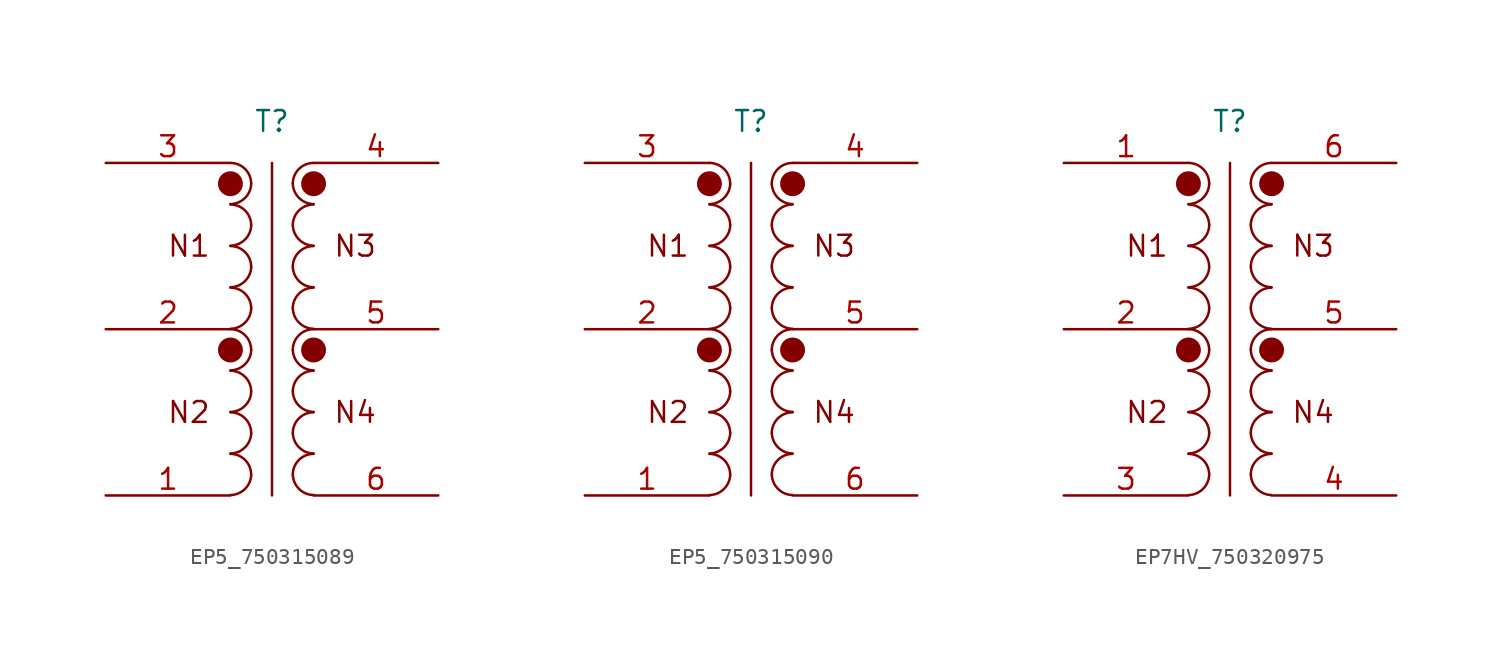
<source format=kicad_sym>
(kicad_symbol_lib
  (version 20220914)
  (generator kicad_symbol_editor)
  (symbol "EP5_750315089"
    (pin_names hide)
    (property "Reference" "T"
      (at 0 12.7 0)
      (effects (font (size 1.27 1.27))))
    (property "Critical Parameter" ""
      (at 0 -5.08 0)
      (effects (font (size 1.27 1.27)) (justify left)))
    (symbol "EP5_750315089_0_1"
      (arc (start -2.54 -10.1346) (mid -1.6561 -9.7663) (end -1.27 -8.89) (stroke (width 0) (type default)) (fill (type none)))
      (arc (start -2.54 -7.5946) (mid -1.6561 -7.2263) (end -1.27 -6.35) (stroke (width 0) (type default)) (fill (type none)))
      (arc (start -2.54 -5.0546) (mid -1.6561 -4.6863) (end -1.27 -3.81) (stroke (width 0) (type default)) (fill (type none)))
      (arc (start -2.54 -2.5146) (mid -1.6561 -2.1463) (end -1.27 -1.27) (stroke (width 0) (type default)) (fill (type none)))
      (arc (start -2.54 0.0254) (mid -1.6561 0.3937) (end -1.27 1.27) (stroke (width 0) (type default)) (fill (type none)))
      (arc (start -2.54 2.5654) (mid -1.6561 2.9337) (end -1.27 3.81) (stroke (width 0) (type default)) (fill (type none)))
      (arc (start -2.54 5.1054) (mid -1.6561 5.4737) (end -1.27 6.35) (stroke (width 0) (type default)) (fill (type none)))
      (arc (start -2.54 7.6454) (mid -1.6561 8.0137) (end -1.27 8.89) (stroke (width 0) (type default)) (fill (type none)))
      (arc (start -1.27 -8.89) (mid -1.642 -7.992) (end -2.54 -7.62) (stroke (width 0) (type default)) (fill (type none)))
      (arc (start -1.27 -6.35) (mid -1.642 -5.452) (end -2.54 -5.08) (stroke (width 0) (type default)) (fill (type none)))
      (arc (start -1.27 -3.81) (mid -1.642 -2.912) (end -2.54 -2.54) (stroke (width 0) (type default)) (fill (type none)))
      (arc (start -1.27 -1.27) (mid -1.642 -0.372) (end -2.54 0) (stroke (width 0) (type default)) (fill (type none)))
      (arc (start -1.27 1.27) (mid -1.642 2.168) (end -2.54 2.54) (stroke (width 0) (type default)) (fill (type none)))
      (arc (start -1.27 3.81) (mid -1.642 4.708) (end -2.54 5.08) (stroke (width 0) (type default)) (fill (type none)))
      (arc (start -1.27 6.35) (mid -1.642 7.248) (end -2.54 7.62) (stroke (width 0) (type default)) (fill (type none)))
      (arc (start -1.27 8.89) (mid -1.642 9.788) (end -2.54 10.16) (stroke (width 0) (type default)) (fill (type none)))
      (polyline (pts (xy 0 -10.16) (xy 0 10.16)) (stroke (width 0) (type default)) (fill (type none)))
      (arc (start 1.27 -8.89) (mid 1.6561 -9.7663) (end 2.54 -10.1346) (stroke (width 0) (type default)) (fill (type none)))
      (arc (start 1.27 -6.35) (mid 1.6561 -7.2263) (end 2.54 -7.5946) (stroke (width 0) (type default)) (fill (type none)))
      (arc (start 1.27 -3.81) (mid 1.6561 -4.6863) (end 2.54 -5.0546) (stroke (width 0) (type default)) (fill (type none)))
      (arc (start 1.27 -1.27) (mid 1.6561 -2.1463) (end 2.54 -2.5146) (stroke (width 0) (type default)) (fill (type none)))
      (arc (start 1.27 1.27) (mid 1.6561 0.3937) (end 2.54 0.0254) (stroke (width 0) (type default)) (fill (type none)))
      (arc (start 1.27 3.81) (mid 1.6561 2.9337) (end 2.54 2.5654) (stroke (width 0) (type default)) (fill (type none)))
      (arc (start 1.27 6.35) (mid 1.6561 5.4737) (end 2.54 5.1054) (stroke (width 0) (type default)) (fill (type none)))
      (arc (start 1.27 8.89) (mid 1.6561 8.0137) (end 2.54 7.6454) (stroke (width 0) (type default)) (fill (type none)))
      (arc (start 2.54 -7.62) (mid 1.642 -7.992) (end 1.27 -8.89) (stroke (width 0) (type default)) (fill (type none)))
      (arc (start 2.54 -5.08) (mid 1.642 -5.452) (end 1.27 -6.35) (stroke (width 0) (type default)) (fill (type none)))
      (arc (start 2.54 -2.54) (mid 1.642 -2.912) (end 1.27 -3.81) (stroke (width 0) (type default)) (fill (type none)))
      (arc (start 2.54 0) (mid 1.642 -0.372) (end 1.27 -1.27) (stroke (width 0) (type default)) (fill (type none)))
      (arc (start 2.54 2.54) (mid 1.642 2.168) (end 1.27 1.27) (stroke (width 0) (type default)) (fill (type none)))
      (arc (start 2.54 5.08) (mid 1.642 4.708) (end 1.27 3.81) (stroke (width 0) (type default)) (fill (type none)))
      (arc (start 2.54 7.62) (mid 1.642 7.248) (end 1.27 6.35) (stroke (width 0) (type default)) (fill (type none)))
      (arc (start 2.54 10.16) (mid 1.642 9.788) (end 1.27 8.89) (stroke (width 0) (type default)) (fill (type none))))
    (symbol "EP5_750315089_1_1"
      (circle (center -2.54 -1.27) (radius 0.0001) (stroke (width 0.762) (type default)) (fill (type none)))
      (circle (center -2.54 8.89) (radius 0.0001) (stroke (width 0.762) (type default)) (fill (type none)))
      (circle (center 2.54 -1.27) (radius 0.0001) (stroke (width 0.762) (type default)) (fill (type none)))
      (circle (center 2.54 8.89) (radius 0.0001) (stroke (width 0.762) (type default)) (fill (type none)))
      (text "N1" (at -5.08 5.08 0) (effects (font (size 1.27 1.27))))
      (text "N2" (at -5.08 -5.08 0) (effects (font (size 1.27 1.27))))
      (text "N3" (at 5.08 5.08 0) (effects (font (size 1.27 1.27))))
      (text "N4" (at 5.08 -5.08 0) (effects (font (size 1.27 1.27))))
      (pin passive line (at -10.16 -10.16 0) (length 7.62) (name "1" (effects (font (size 1.27 1.27)))) (number "1" (effects (font (size 1.27 1.27)))))
      (pin passive line (at -10.16 0 0) (length 7.62) (name "2" (effects (font (size 1.27 1.27)))) (number "2" (effects (font (size 1.27 1.27)))))
      (pin passive line (at -10.16 10.16 0) (length 7.62) (name "3" (effects (font (size 1.27 1.27)))) (number "3" (effects (font (size 1.27 1.27)))))
      (pin passive line (at 10.16 10.16 180) (length 7.62) (name "4" (effects (font (size 1.27 1.27)))) (number "4" (effects (font (size 1.27 1.27)))))
      (pin passive line (at 10.16 0 180) (length 7.62) (name "5" (effects (font (size 1.27 1.27)))) (number "5" (effects (font (size 1.27 1.27)))))
      (pin passive line (at 10.16 -10.16 180) (length 7.62) (name "6" (effects (font (size 1.27 1.27)))) (number "6" (effects (font (size 1.27 1.27)))))))
  (symbol "EP5_750315090"
    (pin_names hide)
    (property "Reference" "T"
      (at 0 12.7 0)
      (effects (font (size 1.27 1.27))))
    (property "Critical Parameter" ""
      (at 0 -5.08 0)
      (effects (font (size 1.27 1.27)) (justify left)))
    (symbol "EP5_750315090_0_1"
      (arc (start -2.54 -10.1346) (mid -1.6561 -9.7663) (end -1.27 -8.89) (stroke (width 0) (type default)) (fill (type none)))
      (arc (start -2.54 -7.5946) (mid -1.6561 -7.2263) (end -1.27 -6.35) (stroke (width 0) (type default)) (fill (type none)))
      (arc (start -2.54 -5.0546) (mid -1.6561 -4.6863) (end -1.27 -3.81) (stroke (width 0) (type default)) (fill (type none)))
      (arc (start -2.54 -2.5146) (mid -1.6561 -2.1463) (end -1.27 -1.27) (stroke (width 0) (type default)) (fill (type none)))
      (arc (start -2.54 0.0254) (mid -1.6561 0.3937) (end -1.27 1.27) (stroke (width 0) (type default)) (fill (type none)))
      (arc (start -2.54 2.5654) (mid -1.6561 2.9337) (end -1.27 3.81) (stroke (width 0) (type default)) (fill (type none)))
      (arc (start -2.54 5.1054) (mid -1.6561 5.4737) (end -1.27 6.35) (stroke (width 0) (type default)) (fill (type none)))
      (arc (start -2.54 7.6454) (mid -1.6561 8.0137) (end -1.27 8.89) (stroke (width 0) (type default)) (fill (type none)))
      (arc (start -1.27 -8.89) (mid -1.642 -7.992) (end -2.54 -7.62) (stroke (width 0) (type default)) (fill (type none)))
      (arc (start -1.27 -6.35) (mid -1.642 -5.452) (end -2.54 -5.08) (stroke (width 0) (type default)) (fill (type none)))
      (arc (start -1.27 -3.81) (mid -1.642 -2.912) (end -2.54 -2.54) (stroke (width 0) (type default)) (fill (type none)))
      (arc (start -1.27 -1.27) (mid -1.642 -0.372) (end -2.54 0) (stroke (width 0) (type default)) (fill (type none)))
      (arc (start -1.27 1.27) (mid -1.642 2.168) (end -2.54 2.54) (stroke (width 0) (type default)) (fill (type none)))
      (arc (start -1.27 3.81) (mid -1.642 4.708) (end -2.54 5.08) (stroke (width 0) (type default)) (fill (type none)))
      (arc (start -1.27 6.35) (mid -1.642 7.248) (end -2.54 7.62) (stroke (width 0) (type default)) (fill (type none)))
      (arc (start -1.27 8.89) (mid -1.642 9.788) (end -2.54 10.16) (stroke (width 0) (type default)) (fill (type none)))
      (polyline (pts (xy 0 -10.16) (xy 0 10.16)) (stroke (width 0) (type default)) (fill (type none)))
      (arc (start 1.27 -8.89) (mid 1.6561 -9.7663) (end 2.54 -10.1346) (stroke (width 0) (type default)) (fill (type none)))
      (arc (start 1.27 -6.35) (mid 1.6561 -7.2263) (end 2.54 -7.5946) (stroke (width 0) (type default)) (fill (type none)))
      (arc (start 1.27 -3.81) (mid 1.6561 -4.6863) (end 2.54 -5.0546) (stroke (width 0) (type default)) (fill (type none)))
      (arc (start 1.27 -1.27) (mid 1.6561 -2.1463) (end 2.54 -2.5146) (stroke (width 0) (type default)) (fill (type none)))
      (arc (start 1.27 1.27) (mid 1.6561 0.3937) (end 2.54 0.0254) (stroke (width 0) (type default)) (fill (type none)))
      (arc (start 1.27 3.81) (mid 1.6561 2.9337) (end 2.54 2.5654) (stroke (width 0) (type default)) (fill (type none)))
      (arc (start 1.27 6.35) (mid 1.6561 5.4737) (end 2.54 5.1054) (stroke (width 0) (type default)) (fill (type none)))
      (arc (start 1.27 8.89) (mid 1.6561 8.0137) (end 2.54 7.6454) (stroke (width 0) (type default)) (fill (type none)))
      (arc (start 2.54 -7.62) (mid 1.642 -7.992) (end 1.27 -8.89) (stroke (width 0) (type default)) (fill (type none)))
      (arc (start 2.54 -5.08) (mid 1.642 -5.452) (end 1.27 -6.35) (stroke (width 0) (type default)) (fill (type none)))
      (arc (start 2.54 -2.54) (mid 1.642 -2.912) (end 1.27 -3.81) (stroke (width 0) (type default)) (fill (type none)))
      (arc (start 2.54 0) (mid 1.642 -0.372) (end 1.27 -1.27) (stroke (width 0) (type default)) (fill (type none)))
      (arc (start 2.54 2.54) (mid 1.642 2.168) (end 1.27 1.27) (stroke (width 0) (type default)) (fill (type none)))
      (arc (start 2.54 5.08) (mid 1.642 4.708) (end 1.27 3.81) (stroke (width 0) (type default)) (fill (type none)))
      (arc (start 2.54 7.62) (mid 1.642 7.248) (end 1.27 6.35) (stroke (width 0) (type default)) (fill (type none)))
      (arc (start 2.54 10.16) (mid 1.642 9.788) (end 1.27 8.89) (stroke (width 0) (type default)) (fill (type none))))
    (symbol "EP5_750315090_1_1"
      (circle (center -2.54 -1.27) (radius 0.0001) (stroke (width 0.762) (type default)) (fill (type none)))
      (circle (center -2.54 8.89) (radius 0.0001) (stroke (width 0.762) (type default)) (fill (type none)))
      (circle (center 2.54 -1.27) (radius 0.0001) (stroke (width 0.762) (type default)) (fill (type none)))
      (circle (center 2.54 8.89) (radius 0.0001) (stroke (width 0.762) (type default)) (fill (type none)))
      (text "N1" (at -5.08 5.08 0) (effects (font (size 1.27 1.27))))
      (text "N2" (at -5.08 -5.08 0) (effects (font (size 1.27 1.27))))
      (text "N3" (at 5.08 5.08 0) (effects (font (size 1.27 1.27))))
      (text "N4" (at 5.08 -5.08 0) (effects (font (size 1.27 1.27))))
      (pin passive line (at -10.16 -10.16 0) (length 7.62) (name "1" (effects (font (size 1.27 1.27)))) (number "1" (effects (font (size 1.27 1.27)))))
      (pin passive line (at -10.16 0 0) (length 7.62) (name "2" (effects (font (size 1.27 1.27)))) (number "2" (effects (font (size 1.27 1.27)))))
      (pin passive line (at -10.16 10.16 0) (length 7.62) (name "3" (effects (font (size 1.27 1.27)))) (number "3" (effects (font (size 1.27 1.27)))))
      (pin passive line (at 10.16 10.16 180) (length 7.62) (name "4" (effects (font (size 1.27 1.27)))) (number "4" (effects (font (size 1.27 1.27)))))
      (pin passive line (at 10.16 0 180) (length 7.62) (name "5" (effects (font (size 1.27 1.27)))) (number "5" (effects (font (size 1.27 1.27)))))
      (pin passive line (at 10.16 -10.16 180) (length 7.62) (name "6" (effects (font (size 1.27 1.27)))) (number "6" (effects (font (size 1.27 1.27)))))))
  (symbol "EP7HV_750320975"
    (pin_names hide)
    (property "Reference" "T"
      (at 0 12.7 0)
      (effects (font (size 1.27 1.27))))
    (property "Critical Parameter" ""
      (at 0 -5.08 0)
      (effects (font (size 1.27 1.27)) (justify left)))
    (symbol "EP7HV_750320975_0_1"
      (arc (start -2.54 -10.1346) (mid -1.6561 -9.7663) (end -1.27 -8.89) (stroke (width 0) (type default)) (fill (type none)))
      (arc (start -2.54 -7.5946) (mid -1.6561 -7.2263) (end -1.27 -6.35) (stroke (width 0) (type default)) (fill (type none)))
      (arc (start -2.54 -5.0546) (mid -1.6561 -4.6863) (end -1.27 -3.81) (stroke (width 0) (type default)) (fill (type none)))
      (arc (start -2.54 -2.5146) (mid -1.6561 -2.1463) (end -1.27 -1.27) (stroke (width 0) (type default)) (fill (type none)))
      (arc (start -2.54 0.0254) (mid -1.6561 0.3937) (end -1.27 1.27) (stroke (width 0) (type default)) (fill (type none)))
      (arc (start -2.54 2.5654) (mid -1.6561 2.9337) (end -1.27 3.81) (stroke (width 0) (type default)) (fill (type none)))
      (arc (start -2.54 5.1054) (mid -1.6561 5.4737) (end -1.27 6.35) (stroke (width 0) (type default)) (fill (type none)))
      (arc (start -2.54 7.6454) (mid -1.6561 8.0137) (end -1.27 8.89) (stroke (width 0) (type default)) (fill (type none)))
      (arc (start -1.27 -8.89) (mid -1.642 -7.992) (end -2.54 -7.62) (stroke (width 0) (type default)) (fill (type none)))
      (arc (start -1.27 -6.35) (mid -1.642 -5.452) (end -2.54 -5.08) (stroke (width 0) (type default)) (fill (type none)))
      (arc (start -1.27 -3.81) (mid -1.642 -2.912) (end -2.54 -2.54) (stroke (width 0) (type default)) (fill (type none)))
      (arc (start -1.27 -1.27) (mid -1.642 -0.372) (end -2.54 0) (stroke (width 0) (type default)) (fill (type none)))
      (arc (start -1.27 1.27) (mid -1.642 2.168) (end -2.54 2.54) (stroke (width 0) (type default)) (fill (type none)))
      (arc (start -1.27 3.81) (mid -1.642 4.708) (end -2.54 5.08) (stroke (width 0) (type default)) (fill (type none)))
      (arc (start -1.27 6.35) (mid -1.642 7.248) (end -2.54 7.62) (stroke (width 0) (type default)) (fill (type none)))
      (arc (start -1.27 8.89) (mid -1.642 9.788) (end -2.54 10.16) (stroke (width 0) (type default)) (fill (type none)))
      (polyline (pts (xy 0 -10.16) (xy 0 10.16)) (stroke (width 0) (type default)) (fill (type none)))
      (arc (start 1.27 -8.89) (mid 1.6561 -9.7663) (end 2.54 -10.1346) (stroke (width 0) (type default)) (fill (type none)))
      (arc (start 1.27 -6.35) (mid 1.6561 -7.2263) (end 2.54 -7.5946) (stroke (width 0) (type default)) (fill (type none)))
      (arc (start 1.27 -3.81) (mid 1.6561 -4.6863) (end 2.54 -5.0546) (stroke (width 0) (type default)) (fill (type none)))
      (arc (start 1.27 -1.27) (mid 1.6561 -2.1463) (end 2.54 -2.5146) (stroke (width 0) (type default)) (fill (type none)))
      (arc (start 1.27 1.27) (mid 1.6561 0.3937) (end 2.54 0.0254) (stroke (width 0) (type default)) (fill (type none)))
      (arc (start 1.27 3.81) (mid 1.6561 2.9337) (end 2.54 2.5654) (stroke (width 0) (type default)) (fill (type none)))
      (arc (start 1.27 6.35) (mid 1.6561 5.4737) (end 2.54 5.1054) (stroke (width 0) (type default)) (fill (type none)))
      (arc (start 1.27 8.89) (mid 1.6561 8.0137) (end 2.54 7.6454) (stroke (width 0) (type default)) (fill (type none)))
      (arc (start 2.54 -7.62) (mid 1.642 -7.992) (end 1.27 -8.89) (stroke (width 0) (type default)) (fill (type none)))
      (arc (start 2.54 -5.08) (mid 1.642 -5.452) (end 1.27 -6.35) (stroke (width 0) (type default)) (fill (type none)))
      (arc (start 2.54 -2.54) (mid 1.642 -2.912) (end 1.27 -3.81) (stroke (width 0) (type default)) (fill (type none)))
      (arc (start 2.54 0) (mid 1.642 -0.372) (end 1.27 -1.27) (stroke (width 0) (type default)) (fill (type none)))
      (arc (start 2.54 2.54) (mid 1.642 2.168) (end 1.27 1.27) (stroke (width 0) (type default)) (fill (type none)))
      (arc (start 2.54 5.08) (mid 1.642 4.708) (end 1.27 3.81) (stroke (width 0) (type default)) (fill (type none)))
      (arc (start 2.54 7.62) (mid 1.642 7.248) (end 1.27 6.35) (stroke (width 0) (type default)) (fill (type none)))
      (arc (start 2.54 10.16) (mid 1.642 9.788) (end 1.27 8.89) (stroke (width 0) (type default)) (fill (type none))))
    (symbol "EP7HV_750320975_1_1"
      (circle (center -2.54 -1.27) (radius 0.0001) (stroke (width 0.762) (type default)) (fill (type none)))
      (circle (center -2.54 8.89) (radius 0.0001) (stroke (width 0.762) (type default)) (fill (type none)))
      (circle (center 2.54 -1.27) (radius 0.0001) (stroke (width 0.762) (type default)) (fill (type none)))
      (circle (center 2.54 8.89) (radius 0.0001) (stroke (width 0.762) (type default)) (fill (type none)))
      (text "N1" (at -5.08 5.08 0) (effects (font (size 1.27 1.27))))
      (text "N2" (at -5.08 -5.08 0) (effects (font (size 1.27 1.27))))
      (text "N3" (at 5.08 5.08 0) (effects (font (size 1.27 1.27))))
      (text "N4" (at 5.08 -5.08 0) (effects (font (size 1.27 1.27))))
      (pin passive line (at -10.16 10.16 0) (length 7.62) (name "1" (effects (font (size 1.27 1.27)))) (number "1" (effects (font (size 1.27 1.27)))))
      (pin passive line (at -10.16 0 0) (length 7.62) (name "2" (effects (font (size 1.27 1.27)))) (number "2" (effects (font (size 1.27 1.27)))))
      (pin passive line (at -10.16 -10.16 0) (length 7.62) (name "3" (effects (font (size 1.27 1.27)))) (number "3" (effects (font (size 1.27 1.27)))))
      (pin passive line (at 10.16 -10.16 180) (length 7.62) (name "4" (effects (font (size 1.27 1.27)))) (number "4" (effects (font (size 1.27 1.27)))))
      (pin passive line (at 10.16 0 180) (length 7.62) (name "5" (effects (font (size 1.27 1.27)))) (number "5" (effects (font (size 1.27 1.27)))))
      (pin passive line (at 10.16 10.16 180) (length 7.62) (name "6" (effects (font (size 1.27 1.27)))) (number "6" (effects (font (size 1.27 1.27))))))))
</source>
